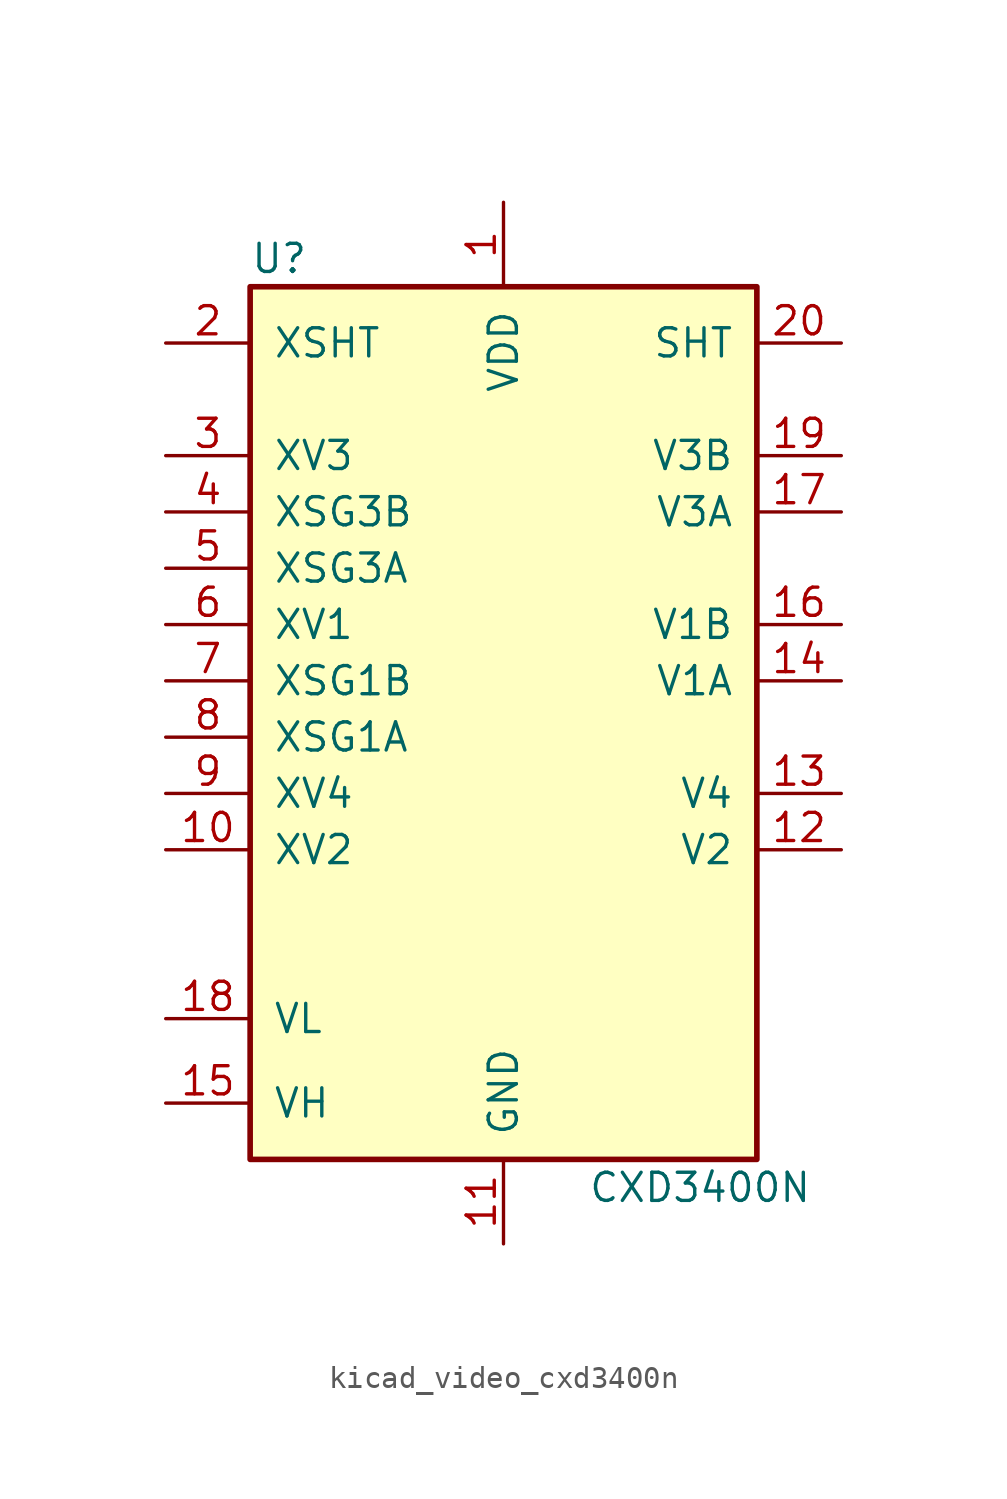
<source format=kicad_sym>
(kicad_symbol_lib
  (version 20220914)
  (generator kicad_symbol_editor)
  (symbol "kicad_video_cxd3400n"
    (pin_names
      (offset 1.016))
    (property "Reference" "U"
      (at -11.43 21.59 0)
      (effects (font (size 1.27 1.27)) (justify left)))
    (property "Value" "CXD3400N"
      (at 3.81 -20.32 0)
      (effects (font (size 1.27 1.27)) (justify left)))
    (symbol "kicad_video_cxd3400n_0_1"
      (rectangle (start 11.43 -19.05) (end -11.43 20.32) (stroke (width 0.254) (type default)) (fill (type background))))
    (symbol "kicad_video_cxd3400n_1_1"
      (pin power_in line (at 0 24.13 270) (length 3.81) (name "VDD" (effects (font (size 1.27 1.27)))) (number "1" (effects (font (size 1.27 1.27)))))
      (pin input line (at -15.24 -5.08 0) (length 3.81) (name "XV2" (effects (font (size 1.27 1.27)))) (number "10" (effects (font (size 1.27 1.27)))))
      (pin power_in line (at 0 -22.86 90) (length 3.81) (name "GND" (effects (font (size 1.27 1.27)))) (number "11" (effects (font (size 1.27 1.27)))))
      (pin output line (at 15.24 -5.08 180) (length 3.81) (name "V2" (effects (font (size 1.27 1.27)))) (number "12" (effects (font (size 1.27 1.27)))))
      (pin output line (at 15.24 -2.54 180) (length 3.81) (name "V4" (effects (font (size 1.27 1.27)))) (number "13" (effects (font (size 1.27 1.27)))))
      (pin output line (at 15.24 2.54 180) (length 3.81) (name "V1A" (effects (font (size 1.27 1.27)))) (number "14" (effects (font (size 1.27 1.27)))))
      (pin power_in line (at -15.24 -16.51 0) (length 3.81) (name "VH" (effects (font (size 1.27 1.27)))) (number "15" (effects (font (size 1.27 1.27)))))
      (pin output line (at 15.24 5.08 180) (length 3.81) (name "V1B" (effects (font (size 1.27 1.27)))) (number "16" (effects (font (size 1.27 1.27)))))
      (pin output line (at 15.24 10.16 180) (length 3.81) (name "V3A" (effects (font (size 1.27 1.27)))) (number "17" (effects (font (size 1.27 1.27)))))
      (pin power_in line (at -15.24 -12.7 0) (length 3.81) (name "VL" (effects (font (size 1.27 1.27)))) (number "18" (effects (font (size 1.27 1.27)))))
      (pin output line (at 15.24 12.7 180) (length 3.81) (name "V3B" (effects (font (size 1.27 1.27)))) (number "19" (effects (font (size 1.27 1.27)))))
      (pin input line (at -15.24 17.78 0) (length 3.81) (name "XSHT" (effects (font (size 1.27 1.27)))) (number "2" (effects (font (size 1.27 1.27)))))
      (pin output line (at 15.24 17.78 180) (length 3.81) (name "SHT" (effects (font (size 1.27 1.27)))) (number "20" (effects (font (size 1.27 1.27)))))
      (pin input line (at -15.24 12.7 0) (length 3.81) (name "XV3" (effects (font (size 1.27 1.27)))) (number "3" (effects (font (size 1.27 1.27)))))
      (pin input line (at -15.24 10.16 0) (length 3.81) (name "XSG3B" (effects (font (size 1.27 1.27)))) (number "4" (effects (font (size 1.27 1.27)))))
      (pin input line (at -15.24 7.62 0) (length 3.81) (name "XSG3A" (effects (font (size 1.27 1.27)))) (number "5" (effects (font (size 1.27 1.27)))))
      (pin input line (at -15.24 5.08 0) (length 3.81) (name "XV1" (effects (font (size 1.27 1.27)))) (number "6" (effects (font (size 1.27 1.27)))))
      (pin input line (at -15.24 2.54 0) (length 3.81) (name "XSG1B" (effects (font (size 1.27 1.27)))) (number "7" (effects (font (size 1.27 1.27)))))
      (pin input line (at -15.24 0 0) (length 3.81) (name "XSG1A" (effects (font (size 1.27 1.27)))) (number "8" (effects (font (size 1.27 1.27)))))
      (pin input line (at -15.24 -2.54 0) (length 3.81) (name "XV4" (effects (font (size 1.27 1.27)))) (number "9" (effects (font (size 1.27 1.27))))))))
</source>
